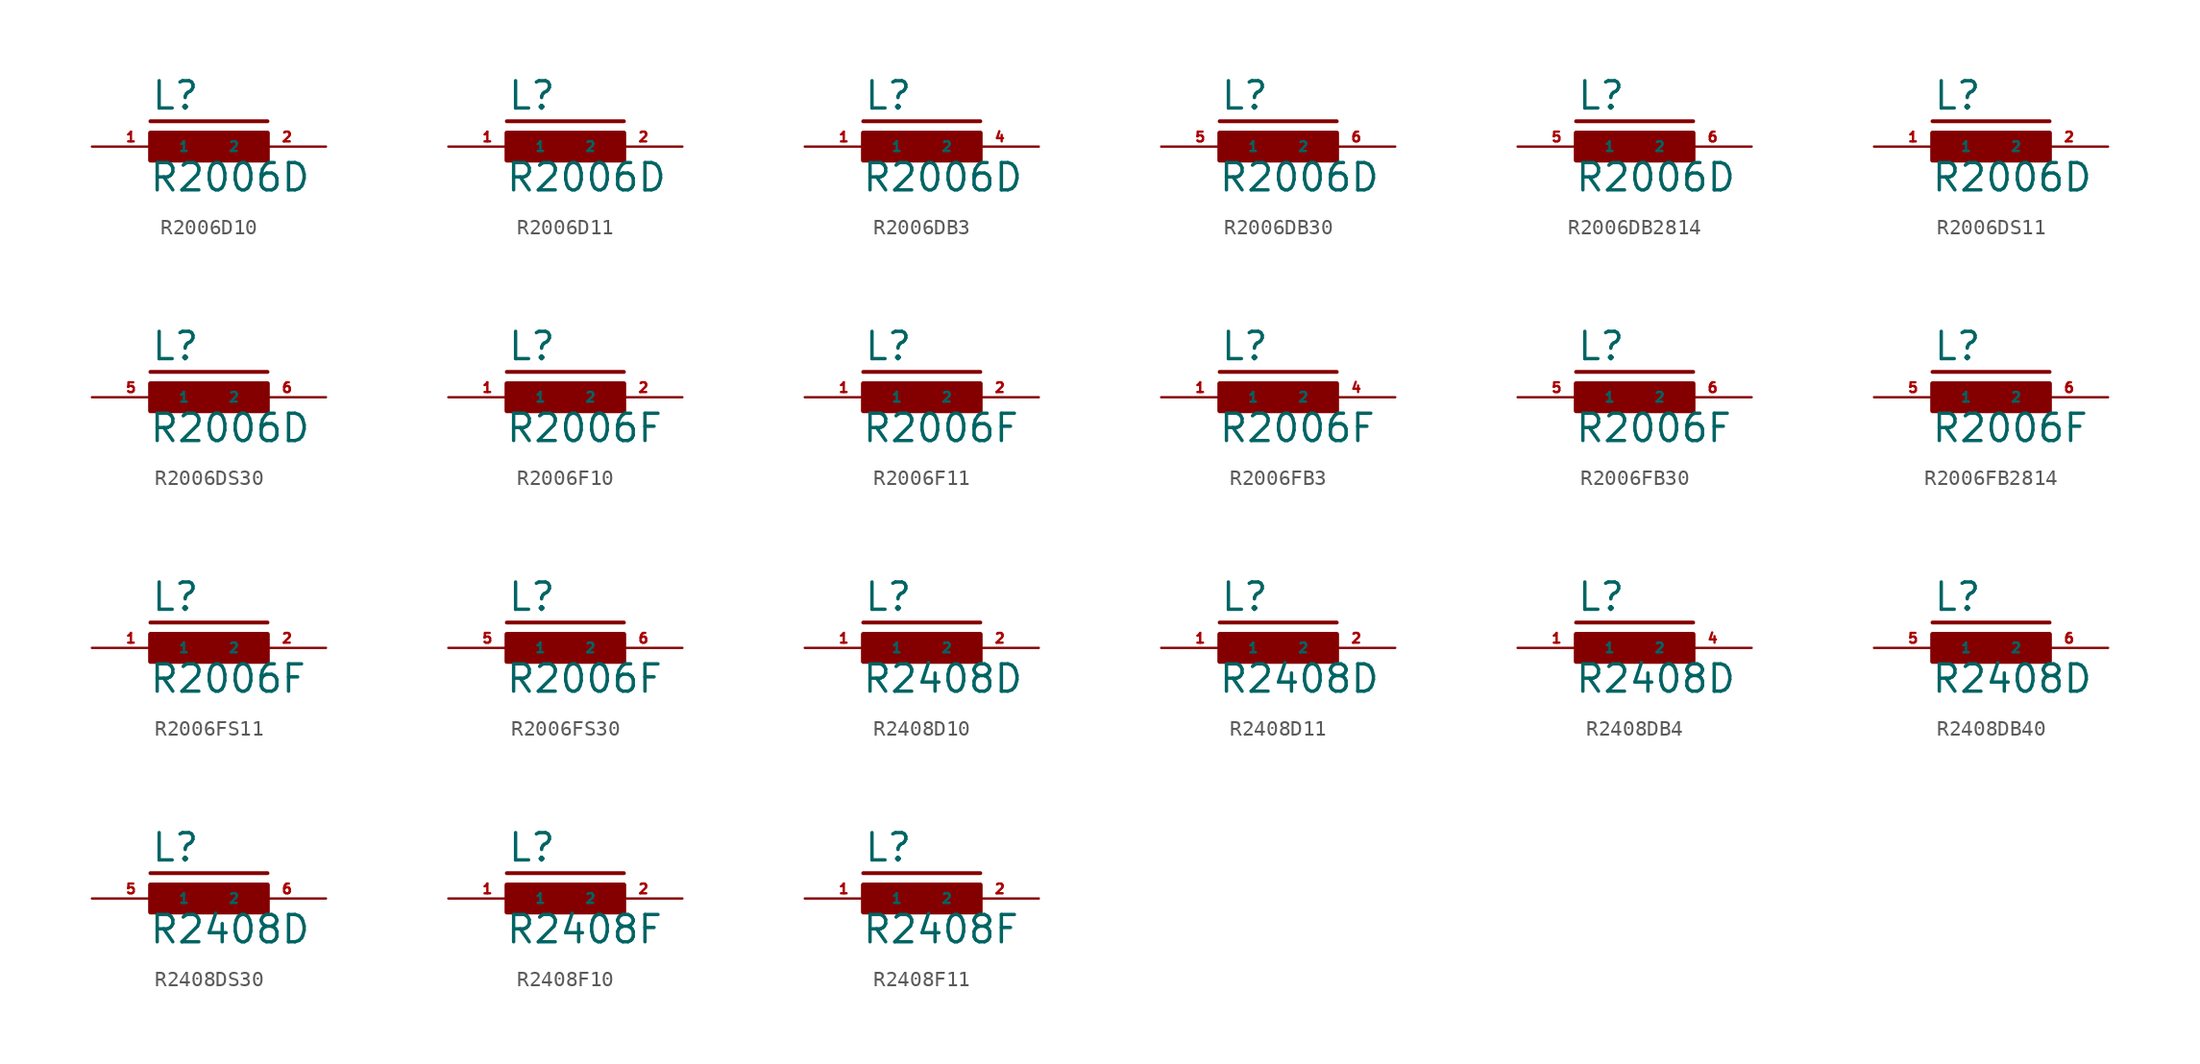
<source format=kicad_sym>
(kicad_symbol_lib
  (version 20220914)
  (generator Eagle2Kicad)
  (symbol "R2006D10"
    (property "Reference" "L"
      (at -3.81 2.286 0)
      (effects (font (size 1.778 1.778) (thickness 0.22)) (justify left bottom)))
    (property "Value" "R2006D"
      (at -3.937 -3.048 0)
      (effects (font (size 1.778 1.778) (thickness 0.22)) (justify left bottom)))
    (polyline
      (pts (xy -3.81 1.651) (xy 3.81 1.651))
      (stroke (width 0.254) (type default))
      (fill (type none)))
    (rectangle
      (start -3.81 -0.889)
      (end 3.81 0.889)
      (stroke (width 0.3) (type default))
      (fill (type outline)))
    (pin passive line
      (at 7.62 0 180)
      (length 5.08)
      (name "2" (effects (font (size 0.635 0.635) (thickness 0.08)) (justify left bottom)))
      (number "2" (effects (font (size 0.635 0.635) (thickness 0.08)) (justify left bottom))))
    (pin passive line
      (at -7.62 0 0)
      (length 5.08)
      (name "1" (effects (font (size 0.635 0.635) (thickness 0.08)) (justify left bottom)))
      (number "1" (effects (font (size 0.635 0.635) (thickness 0.08)) (justify left bottom)))))
  (symbol "R2006D11"
    (property "Reference" "L"
      (at -3.81 2.286 0)
      (effects (font (size 1.778 1.778) (thickness 0.22)) (justify left bottom)))
    (property "Value" "R2006D"
      (at -3.937 -3.048 0)
      (effects (font (size 1.778 1.778) (thickness 0.22)) (justify left bottom)))
    (polyline
      (pts (xy -3.81 1.651) (xy 3.81 1.651))
      (stroke (width 0.254) (type default))
      (fill (type none)))
    (rectangle
      (start -3.81 -0.889)
      (end 3.81 0.889)
      (stroke (width 0.3) (type default))
      (fill (type outline)))
    (pin passive line
      (at 7.62 0 180)
      (length 5.08)
      (name "2" (effects (font (size 0.635 0.635) (thickness 0.08)) (justify left bottom)))
      (number "2" (effects (font (size 0.635 0.635) (thickness 0.08)) (justify left bottom))))
    (pin passive line
      (at -7.62 0 0)
      (length 5.08)
      (name "1" (effects (font (size 0.635 0.635) (thickness 0.08)) (justify left bottom)))
      (number "1" (effects (font (size 0.635 0.635) (thickness 0.08)) (justify left bottom)))))
  (symbol "R2006DB3"
    (property "Reference" "L"
      (at -3.81 2.286 0)
      (effects (font (size 1.778 1.778) (thickness 0.22)) (justify left bottom)))
    (property "Value" "R2006D"
      (at -3.937 -3.048 0)
      (effects (font (size 1.778 1.778) (thickness 0.22)) (justify left bottom)))
    (polyline
      (pts (xy -3.81 1.651) (xy 3.81 1.651))
      (stroke (width 0.254) (type default))
      (fill (type none)))
    (rectangle
      (start -3.81 -0.889)
      (end 3.81 0.889)
      (stroke (width 0.3) (type default))
      (fill (type outline)))
    (pin passive line
      (at 7.62 0 180)
      (length 5.08)
      (name "2" (effects (font (size 0.635 0.635) (thickness 0.08)) (justify left bottom)))
      (number "4" (effects (font (size 0.635 0.635) (thickness 0.08)) (justify left bottom))))
    (pin passive line
      (at -7.62 0 0)
      (length 5.08)
      (name "1" (effects (font (size 0.635 0.635) (thickness 0.08)) (justify left bottom)))
      (number "1" (effects (font (size 0.635 0.635) (thickness 0.08)) (justify left bottom)))))
  (symbol "R2006DB30"
    (property "Reference" "L"
      (at -3.81 2.286 0)
      (effects (font (size 1.778 1.778) (thickness 0.22)) (justify left bottom)))
    (property "Value" "R2006D"
      (at -3.937 -3.048 0)
      (effects (font (size 1.778 1.778) (thickness 0.22)) (justify left bottom)))
    (polyline
      (pts (xy -3.81 1.651) (xy 3.81 1.651))
      (stroke (width 0.254) (type default))
      (fill (type none)))
    (rectangle
      (start -3.81 -0.889)
      (end 3.81 0.889)
      (stroke (width 0.3) (type default))
      (fill (type outline)))
    (pin passive line
      (at 7.62 0 180)
      (length 5.08)
      (name "2" (effects (font (size 0.635 0.635) (thickness 0.08)) (justify left bottom)))
      (number "6" (effects (font (size 0.635 0.635) (thickness 0.08)) (justify left bottom))))
    (pin passive line
      (at -7.62 0 0)
      (length 5.08)
      (name "1" (effects (font (size 0.635 0.635) (thickness 0.08)) (justify left bottom)))
      (number "5" (effects (font (size 0.635 0.635) (thickness 0.08)) (justify left bottom)))))
  (symbol "R2006DB2814"
    (property "Reference" "L"
      (at -3.81 2.286 0)
      (effects (font (size 1.778 1.778) (thickness 0.22)) (justify left bottom)))
    (property "Value" "R2006D"
      (at -3.937 -3.048 0)
      (effects (font (size 1.778 1.778) (thickness 0.22)) (justify left bottom)))
    (polyline
      (pts (xy -3.81 1.651) (xy 3.81 1.651))
      (stroke (width 0.254) (type default))
      (fill (type none)))
    (rectangle
      (start -3.81 -0.889)
      (end 3.81 0.889)
      (stroke (width 0.3) (type default))
      (fill (type outline)))
    (pin passive line
      (at 7.62 0 180)
      (length 5.08)
      (name "2" (effects (font (size 0.635 0.635) (thickness 0.08)) (justify left bottom)))
      (number "6" (effects (font (size 0.635 0.635) (thickness 0.08)) (justify left bottom))))
    (pin passive line
      (at -7.62 0 0)
      (length 5.08)
      (name "1" (effects (font (size 0.635 0.635) (thickness 0.08)) (justify left bottom)))
      (number "5" (effects (font (size 0.635 0.635) (thickness 0.08)) (justify left bottom)))))
  (symbol "R2006DS11"
    (property "Reference" "L"
      (at -3.81 2.286 0)
      (effects (font (size 1.778 1.778) (thickness 0.22)) (justify left bottom)))
    (property "Value" "R2006D"
      (at -3.937 -3.048 0)
      (effects (font (size 1.778 1.778) (thickness 0.22)) (justify left bottom)))
    (polyline
      (pts (xy -3.81 1.651) (xy 3.81 1.651))
      (stroke (width 0.254) (type default))
      (fill (type none)))
    (rectangle
      (start -3.81 -0.889)
      (end 3.81 0.889)
      (stroke (width 0.3) (type default))
      (fill (type outline)))
    (pin passive line
      (at 7.62 0 180)
      (length 5.08)
      (name "2" (effects (font (size 0.635 0.635) (thickness 0.08)) (justify left bottom)))
      (number "2" (effects (font (size 0.635 0.635) (thickness 0.08)) (justify left bottom))))
    (pin passive line
      (at -7.62 0 0)
      (length 5.08)
      (name "1" (effects (font (size 0.635 0.635) (thickness 0.08)) (justify left bottom)))
      (number "1" (effects (font (size 0.635 0.635) (thickness 0.08)) (justify left bottom)))))
  (symbol "R2006DS30"
    (property "Reference" "L"
      (at -3.81 2.286 0)
      (effects (font (size 1.778 1.778) (thickness 0.22)) (justify left bottom)))
    (property "Value" "R2006D"
      (at -3.937 -3.048 0)
      (effects (font (size 1.778 1.778) (thickness 0.22)) (justify left bottom)))
    (polyline
      (pts (xy -3.81 1.651) (xy 3.81 1.651))
      (stroke (width 0.254) (type default))
      (fill (type none)))
    (rectangle
      (start -3.81 -0.889)
      (end 3.81 0.889)
      (stroke (width 0.3) (type default))
      (fill (type outline)))
    (pin passive line
      (at 7.62 0 180)
      (length 5.08)
      (name "2" (effects (font (size 0.635 0.635) (thickness 0.08)) (justify left bottom)))
      (number "6" (effects (font (size 0.635 0.635) (thickness 0.08)) (justify left bottom))))
    (pin passive line
      (at -7.62 0 0)
      (length 5.08)
      (name "1" (effects (font (size 0.635 0.635) (thickness 0.08)) (justify left bottom)))
      (number "5" (effects (font (size 0.635 0.635) (thickness 0.08)) (justify left bottom)))))
  (symbol "R2006F10"
    (property "Reference" "L"
      (at -3.81 2.286 0)
      (effects (font (size 1.778 1.778) (thickness 0.22)) (justify left bottom)))
    (property "Value" "R2006F"
      (at -3.937 -3.048 0)
      (effects (font (size 1.778 1.778) (thickness 0.22)) (justify left bottom)))
    (polyline
      (pts (xy -3.81 1.651) (xy 3.81 1.651))
      (stroke (width 0.254) (type default))
      (fill (type none)))
    (rectangle
      (start -3.81 -0.889)
      (end 3.81 0.889)
      (stroke (width 0.3) (type default))
      (fill (type outline)))
    (pin passive line
      (at 7.62 0 180)
      (length 5.08)
      (name "2" (effects (font (size 0.635 0.635) (thickness 0.08)) (justify left bottom)))
      (number "2" (effects (font (size 0.635 0.635) (thickness 0.08)) (justify left bottom))))
    (pin passive line
      (at -7.62 0 0)
      (length 5.08)
      (name "1" (effects (font (size 0.635 0.635) (thickness 0.08)) (justify left bottom)))
      (number "1" (effects (font (size 0.635 0.635) (thickness 0.08)) (justify left bottom)))))
  (symbol "R2006F11"
    (property "Reference" "L"
      (at -3.81 2.286 0)
      (effects (font (size 1.778 1.778) (thickness 0.22)) (justify left bottom)))
    (property "Value" "R2006F"
      (at -3.937 -3.048 0)
      (effects (font (size 1.778 1.778) (thickness 0.22)) (justify left bottom)))
    (polyline
      (pts (xy -3.81 1.651) (xy 3.81 1.651))
      (stroke (width 0.254) (type default))
      (fill (type none)))
    (rectangle
      (start -3.81 -0.889)
      (end 3.81 0.889)
      (stroke (width 0.3) (type default))
      (fill (type outline)))
    (pin passive line
      (at 7.62 0 180)
      (length 5.08)
      (name "2" (effects (font (size 0.635 0.635) (thickness 0.08)) (justify left bottom)))
      (number "2" (effects (font (size 0.635 0.635) (thickness 0.08)) (justify left bottom))))
    (pin passive line
      (at -7.62 0 0)
      (length 5.08)
      (name "1" (effects (font (size 0.635 0.635) (thickness 0.08)) (justify left bottom)))
      (number "1" (effects (font (size 0.635 0.635) (thickness 0.08)) (justify left bottom)))))
  (symbol "R2006FB3"
    (property "Reference" "L"
      (at -3.81 2.286 0)
      (effects (font (size 1.778 1.778) (thickness 0.22)) (justify left bottom)))
    (property "Value" "R2006F"
      (at -3.937 -3.048 0)
      (effects (font (size 1.778 1.778) (thickness 0.22)) (justify left bottom)))
    (polyline
      (pts (xy -3.81 1.651) (xy 3.81 1.651))
      (stroke (width 0.254) (type default))
      (fill (type none)))
    (rectangle
      (start -3.81 -0.889)
      (end 3.81 0.889)
      (stroke (width 0.3) (type default))
      (fill (type outline)))
    (pin passive line
      (at 7.62 0 180)
      (length 5.08)
      (name "2" (effects (font (size 0.635 0.635) (thickness 0.08)) (justify left bottom)))
      (number "4" (effects (font (size 0.635 0.635) (thickness 0.08)) (justify left bottom))))
    (pin passive line
      (at -7.62 0 0)
      (length 5.08)
      (name "1" (effects (font (size 0.635 0.635) (thickness 0.08)) (justify left bottom)))
      (number "1" (effects (font (size 0.635 0.635) (thickness 0.08)) (justify left bottom)))))
  (symbol "R2006FB30"
    (property "Reference" "L"
      (at -3.81 2.286 0)
      (effects (font (size 1.778 1.778) (thickness 0.22)) (justify left bottom)))
    (property "Value" "R2006F"
      (at -3.937 -3.048 0)
      (effects (font (size 1.778 1.778) (thickness 0.22)) (justify left bottom)))
    (polyline
      (pts (xy -3.81 1.651) (xy 3.81 1.651))
      (stroke (width 0.254) (type default))
      (fill (type none)))
    (rectangle
      (start -3.81 -0.889)
      (end 3.81 0.889)
      (stroke (width 0.3) (type default))
      (fill (type outline)))
    (pin passive line
      (at 7.62 0 180)
      (length 5.08)
      (name "2" (effects (font (size 0.635 0.635) (thickness 0.08)) (justify left bottom)))
      (number "6" (effects (font (size 0.635 0.635) (thickness 0.08)) (justify left bottom))))
    (pin passive line
      (at -7.62 0 0)
      (length 5.08)
      (name "1" (effects (font (size 0.635 0.635) (thickness 0.08)) (justify left bottom)))
      (number "5" (effects (font (size 0.635 0.635) (thickness 0.08)) (justify left bottom)))))
  (symbol "R2006FB2814"
    (property "Reference" "L"
      (at -3.81 2.286 0)
      (effects (font (size 1.778 1.778) (thickness 0.22)) (justify left bottom)))
    (property "Value" "R2006F"
      (at -3.937 -3.048 0)
      (effects (font (size 1.778 1.778) (thickness 0.22)) (justify left bottom)))
    (polyline
      (pts (xy -3.81 1.651) (xy 3.81 1.651))
      (stroke (width 0.254) (type default))
      (fill (type none)))
    (rectangle
      (start -3.81 -0.889)
      (end 3.81 0.889)
      (stroke (width 0.3) (type default))
      (fill (type outline)))
    (pin passive line
      (at 7.62 0 180)
      (length 5.08)
      (name "2" (effects (font (size 0.635 0.635) (thickness 0.08)) (justify left bottom)))
      (number "6" (effects (font (size 0.635 0.635) (thickness 0.08)) (justify left bottom))))
    (pin passive line
      (at -7.62 0 0)
      (length 5.08)
      (name "1" (effects (font (size 0.635 0.635) (thickness 0.08)) (justify left bottom)))
      (number "5" (effects (font (size 0.635 0.635) (thickness 0.08)) (justify left bottom)))))
  (symbol "R2006FS11"
    (property "Reference" "L"
      (at -3.81 2.286 0)
      (effects (font (size 1.778 1.778) (thickness 0.22)) (justify left bottom)))
    (property "Value" "R2006F"
      (at -3.937 -3.048 0)
      (effects (font (size 1.778 1.778) (thickness 0.22)) (justify left bottom)))
    (polyline
      (pts (xy -3.81 1.651) (xy 3.81 1.651))
      (stroke (width 0.254) (type default))
      (fill (type none)))
    (rectangle
      (start -3.81 -0.889)
      (end 3.81 0.889)
      (stroke (width 0.3) (type default))
      (fill (type outline)))
    (pin passive line
      (at 7.62 0 180)
      (length 5.08)
      (name "2" (effects (font (size 0.635 0.635) (thickness 0.08)) (justify left bottom)))
      (number "2" (effects (font (size 0.635 0.635) (thickness 0.08)) (justify left bottom))))
    (pin passive line
      (at -7.62 0 0)
      (length 5.08)
      (name "1" (effects (font (size 0.635 0.635) (thickness 0.08)) (justify left bottom)))
      (number "1" (effects (font (size 0.635 0.635) (thickness 0.08)) (justify left bottom)))))
  (symbol "R2006FS30"
    (property "Reference" "L"
      (at -3.81 2.286 0)
      (effects (font (size 1.778 1.778) (thickness 0.22)) (justify left bottom)))
    (property "Value" "R2006F"
      (at -3.937 -3.048 0)
      (effects (font (size 1.778 1.778) (thickness 0.22)) (justify left bottom)))
    (polyline
      (pts (xy -3.81 1.651) (xy 3.81 1.651))
      (stroke (width 0.254) (type default))
      (fill (type none)))
    (rectangle
      (start -3.81 -0.889)
      (end 3.81 0.889)
      (stroke (width 0.3) (type default))
      (fill (type outline)))
    (pin passive line
      (at 7.62 0 180)
      (length 5.08)
      (name "2" (effects (font (size 0.635 0.635) (thickness 0.08)) (justify left bottom)))
      (number "6" (effects (font (size 0.635 0.635) (thickness 0.08)) (justify left bottom))))
    (pin passive line
      (at -7.62 0 0)
      (length 5.08)
      (name "1" (effects (font (size 0.635 0.635) (thickness 0.08)) (justify left bottom)))
      (number "5" (effects (font (size 0.635 0.635) (thickness 0.08)) (justify left bottom)))))
  (symbol "R2408D10"
    (property "Reference" "L"
      (at -3.81 2.286 0)
      (effects (font (size 1.778 1.778) (thickness 0.22)) (justify left bottom)))
    (property "Value" "R2408D"
      (at -3.937 -3.048 0)
      (effects (font (size 1.778 1.778) (thickness 0.22)) (justify left bottom)))
    (polyline
      (pts (xy -3.81 1.651) (xy 3.81 1.651))
      (stroke (width 0.254) (type default))
      (fill (type none)))
    (rectangle
      (start -3.81 -0.889)
      (end 3.81 0.889)
      (stroke (width 0.3) (type default))
      (fill (type outline)))
    (pin passive line
      (at 7.62 0 180)
      (length 5.08)
      (name "2" (effects (font (size 0.635 0.635) (thickness 0.08)) (justify left bottom)))
      (number "2" (effects (font (size 0.635 0.635) (thickness 0.08)) (justify left bottom))))
    (pin passive line
      (at -7.62 0 0)
      (length 5.08)
      (name "1" (effects (font (size 0.635 0.635) (thickness 0.08)) (justify left bottom)))
      (number "1" (effects (font (size 0.635 0.635) (thickness 0.08)) (justify left bottom)))))
  (symbol "R2408D11"
    (property "Reference" "L"
      (at -3.81 2.286 0)
      (effects (font (size 1.778 1.778) (thickness 0.22)) (justify left bottom)))
    (property "Value" "R2408D"
      (at -3.937 -3.048 0)
      (effects (font (size 1.778 1.778) (thickness 0.22)) (justify left bottom)))
    (polyline
      (pts (xy -3.81 1.651) (xy 3.81 1.651))
      (stroke (width 0.254) (type default))
      (fill (type none)))
    (rectangle
      (start -3.81 -0.889)
      (end 3.81 0.889)
      (stroke (width 0.3) (type default))
      (fill (type outline)))
    (pin passive line
      (at 7.62 0 180)
      (length 5.08)
      (name "2" (effects (font (size 0.635 0.635) (thickness 0.08)) (justify left bottom)))
      (number "2" (effects (font (size 0.635 0.635) (thickness 0.08)) (justify left bottom))))
    (pin passive line
      (at -7.62 0 0)
      (length 5.08)
      (name "1" (effects (font (size 0.635 0.635) (thickness 0.08)) (justify left bottom)))
      (number "1" (effects (font (size 0.635 0.635) (thickness 0.08)) (justify left bottom)))))
  (symbol "R2408DB4"
    (property "Reference" "L"
      (at -3.81 2.286 0)
      (effects (font (size 1.778 1.778) (thickness 0.22)) (justify left bottom)))
    (property "Value" "R2408D"
      (at -3.937 -3.048 0)
      (effects (font (size 1.778 1.778) (thickness 0.22)) (justify left bottom)))
    (polyline
      (pts (xy -3.81 1.651) (xy 3.81 1.651))
      (stroke (width 0.254) (type default))
      (fill (type none)))
    (rectangle
      (start -3.81 -0.889)
      (end 3.81 0.889)
      (stroke (width 0.3) (type default))
      (fill (type outline)))
    (pin passive line
      (at 7.62 0 180)
      (length 5.08)
      (name "2" (effects (font (size 0.635 0.635) (thickness 0.08)) (justify left bottom)))
      (number "4" (effects (font (size 0.635 0.635) (thickness 0.08)) (justify left bottom))))
    (pin passive line
      (at -7.62 0 0)
      (length 5.08)
      (name "1" (effects (font (size 0.635 0.635) (thickness 0.08)) (justify left bottom)))
      (number "1" (effects (font (size 0.635 0.635) (thickness 0.08)) (justify left bottom)))))
  (symbol "R2408DB40"
    (property "Reference" "L"
      (at -3.81 2.286 0)
      (effects (font (size 1.778 1.778) (thickness 0.22)) (justify left bottom)))
    (property "Value" "R2408D"
      (at -3.937 -3.048 0)
      (effects (font (size 1.778 1.778) (thickness 0.22)) (justify left bottom)))
    (polyline
      (pts (xy -3.81 1.651) (xy 3.81 1.651))
      (stroke (width 0.254) (type default))
      (fill (type none)))
    (rectangle
      (start -3.81 -0.889)
      (end 3.81 0.889)
      (stroke (width 0.3) (type default))
      (fill (type outline)))
    (pin passive line
      (at 7.62 0 180)
      (length 5.08)
      (name "2" (effects (font (size 0.635 0.635) (thickness 0.08)) (justify left bottom)))
      (number "6" (effects (font (size 0.635 0.635) (thickness 0.08)) (justify left bottom))))
    (pin passive line
      (at -7.62 0 0)
      (length 5.08)
      (name "1" (effects (font (size 0.635 0.635) (thickness 0.08)) (justify left bottom)))
      (number "5" (effects (font (size 0.635 0.635) (thickness 0.08)) (justify left bottom)))))
  (symbol "R2408DS30"
    (property "Reference" "L"
      (at -3.81 2.286 0)
      (effects (font (size 1.778 1.778) (thickness 0.22)) (justify left bottom)))
    (property "Value" "R2408D"
      (at -3.937 -3.048 0)
      (effects (font (size 1.778 1.778) (thickness 0.22)) (justify left bottom)))
    (polyline
      (pts (xy -3.81 1.651) (xy 3.81 1.651))
      (stroke (width 0.254) (type default))
      (fill (type none)))
    (rectangle
      (start -3.81 -0.889)
      (end 3.81 0.889)
      (stroke (width 0.3) (type default))
      (fill (type outline)))
    (pin passive line
      (at 7.62 0 180)
      (length 5.08)
      (name "2" (effects (font (size 0.635 0.635) (thickness 0.08)) (justify left bottom)))
      (number "6" (effects (font (size 0.635 0.635) (thickness 0.08)) (justify left bottom))))
    (pin passive line
      (at -7.62 0 0)
      (length 5.08)
      (name "1" (effects (font (size 0.635 0.635) (thickness 0.08)) (justify left bottom)))
      (number "5" (effects (font (size 0.635 0.635) (thickness 0.08)) (justify left bottom)))))
  (symbol "R2408F10"
    (property "Reference" "L"
      (at -3.81 2.286 0)
      (effects (font (size 1.778 1.778) (thickness 0.22)) (justify left bottom)))
    (property "Value" "R2408F"
      (at -3.937 -3.048 0)
      (effects (font (size 1.778 1.778) (thickness 0.22)) (justify left bottom)))
    (polyline
      (pts (xy -3.81 1.651) (xy 3.81 1.651))
      (stroke (width 0.254) (type default))
      (fill (type none)))
    (rectangle
      (start -3.81 -0.889)
      (end 3.81 0.889)
      (stroke (width 0.3) (type default))
      (fill (type outline)))
    (pin passive line
      (at 7.62 0 180)
      (length 5.08)
      (name "2" (effects (font (size 0.635 0.635) (thickness 0.08)) (justify left bottom)))
      (number "2" (effects (font (size 0.635 0.635) (thickness 0.08)) (justify left bottom))))
    (pin passive line
      (at -7.62 0 0)
      (length 5.08)
      (name "1" (effects (font (size 0.635 0.635) (thickness 0.08)) (justify left bottom)))
      (number "1" (effects (font (size 0.635 0.635) (thickness 0.08)) (justify left bottom)))))
  (symbol "R2408F11"
    (property "Reference" "L"
      (at -3.81 2.286 0)
      (effects (font (size 1.778 1.778) (thickness 0.22)) (justify left bottom)))
    (property "Value" "R2408F"
      (at -3.937 -3.048 0)
      (effects (font (size 1.778 1.778) (thickness 0.22)) (justify left bottom)))
    (polyline
      (pts (xy -3.81 1.651) (xy 3.81 1.651))
      (stroke (width 0.254) (type default))
      (fill (type none)))
    (rectangle
      (start -3.81 -0.889)
      (end 3.81 0.889)
      (stroke (width 0.3) (type default))
      (fill (type outline)))
    (pin passive line
      (at 7.62 0 180)
      (length 5.08)
      (name "2" (effects (font (size 0.635 0.635) (thickness 0.08)) (justify left bottom)))
      (number "2" (effects (font (size 0.635 0.635) (thickness 0.08)) (justify left bottom))))
    (pin passive line
      (at -7.62 0 0)
      (length 5.08)
      (name "1" (effects (font (size 0.635 0.635) (thickness 0.08)) (justify left bottom)))
      (number "1" (effects (font (size 0.635 0.635) (thickness 0.08)) (justify left bottom))))))
</source>
